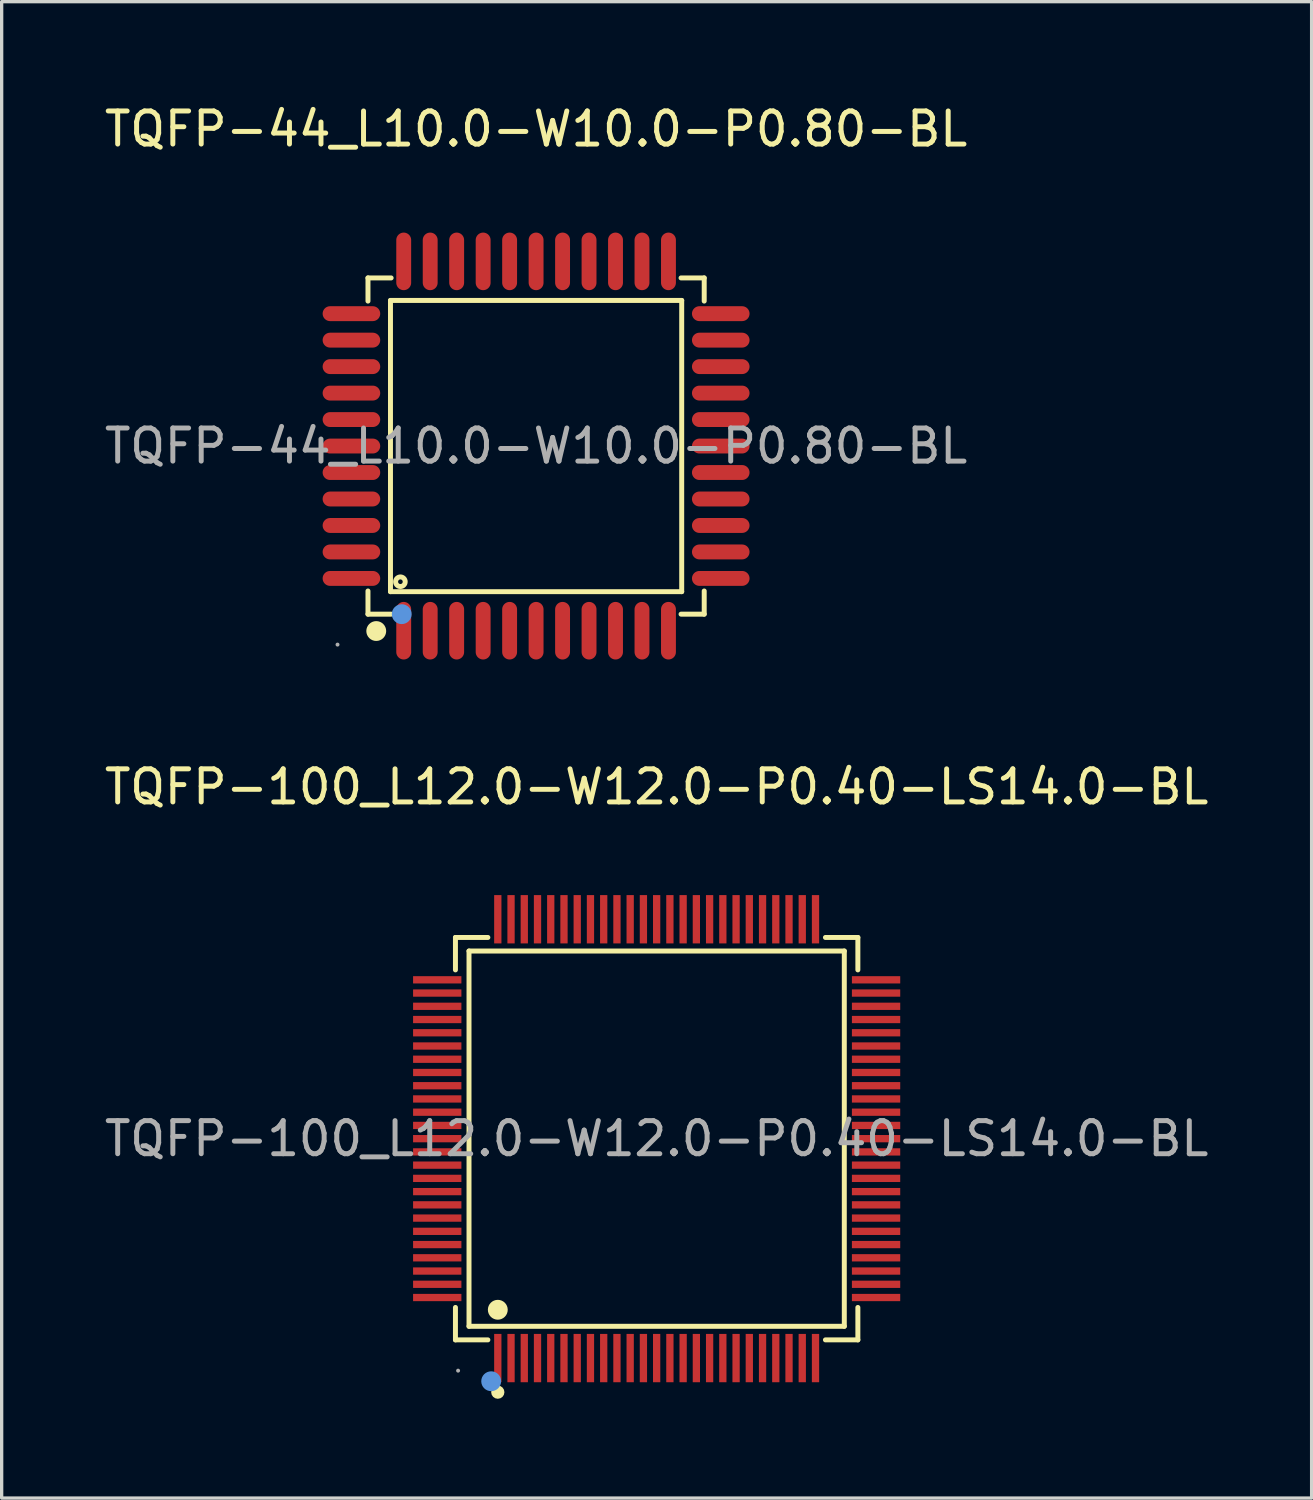
<source format=kicad_pcb>
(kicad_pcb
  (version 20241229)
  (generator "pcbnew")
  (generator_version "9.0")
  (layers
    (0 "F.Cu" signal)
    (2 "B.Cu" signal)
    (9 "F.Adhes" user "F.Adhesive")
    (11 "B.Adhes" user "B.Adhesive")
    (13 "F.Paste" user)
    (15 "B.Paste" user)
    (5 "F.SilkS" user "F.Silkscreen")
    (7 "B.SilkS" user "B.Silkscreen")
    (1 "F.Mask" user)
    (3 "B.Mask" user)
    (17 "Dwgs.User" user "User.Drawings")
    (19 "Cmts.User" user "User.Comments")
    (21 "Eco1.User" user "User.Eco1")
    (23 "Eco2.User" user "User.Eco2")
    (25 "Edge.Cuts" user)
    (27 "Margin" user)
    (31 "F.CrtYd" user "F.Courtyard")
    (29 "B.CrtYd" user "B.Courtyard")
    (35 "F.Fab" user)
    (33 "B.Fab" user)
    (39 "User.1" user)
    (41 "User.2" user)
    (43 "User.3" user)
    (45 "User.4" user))
  (footprint "TQFP-100_L12.0-W12.0-P0.40-LS14.0-BL"
    (layer "F.Cu")
    (at 16.792 31.357)
    (property "Reference" "TQFP-100_L12.0-W12.0-P0.40-LS14.0-BL" (at 0 -10.63 0) (layer "F.SilkS") (effects (font (size 1 1) (thickness 0.15))))
    (attr through_hole)
    (fp_line (start -6.08 -6.08) (end -5.1 -6.08) (stroke (width 0.15) (type solid)) (layer "F.SilkS"))
    (fp_line (start -6.08 -5.1) (end -6.08 -6.08) (stroke (width 0.15) (type solid)) (layer "F.SilkS"))
    (fp_line (start -6.08 5.1) (end -6.08 6.08) (stroke (width 0.15) (type solid)) (layer "F.SilkS"))
    (fp_line (start -6.08 6.08) (end -5.1 6.08) (stroke (width 0.15) (type solid)) (layer "F.SilkS"))
    (fp_line (start -5.67 -5.67) (end 5.67 -5.67) (stroke (width 0.15) (type solid)) (layer "F.SilkS"))
    (fp_line (start -5.67 5.67) (end -5.67 -5.67) (stroke (width 0.15) (type solid)) (layer "F.SilkS"))
    (fp_line (start 5.67 -5.67) (end 5.67 5.67) (stroke (width 0.15) (type solid)) (layer "F.SilkS"))
    (fp_line (start 5.67 5.67) (end -5.67 5.67) (stroke (width 0.15) (type solid)) (layer "F.SilkS"))
    (fp_line (start 6.08 -6.08) (end 5.1 -6.08) (stroke (width 0.15) (type solid)) (layer "F.SilkS"))
    (fp_line (start 6.08 -5.1) (end 6.08 -6.08) (stroke (width 0.15) (type solid)) (layer "F.SilkS"))
    (fp_line (start 6.08 5.1) (end 6.08 6.08) (stroke (width 0.15) (type solid)) (layer "F.SilkS"))
    (fp_line (start 6.08 6.08) (end 5.1 6.08) (stroke (width 0.15) (type solid)) (layer "F.SilkS"))
    (fp_circle (center -4.8 5.17) (end -4.65 5.17) (stroke (width 0.3) (type solid)) (fill no) (layer "F.SilkS"))
    (fp_circle (center -4.8 7.66) (end -4.7 7.66) (stroke (width 0.2) (type solid)) (fill no) (layer "F.SilkS"))
    (fp_circle (center -5 7.33) (end -4.85 7.33) (stroke (width 0.3) (type solid)) (fill no) (layer "Cmts.User"))
    (fp_circle (center -6 7.01) (end -5.97 7.01) (stroke (width 0.06) (type solid)) (fill no) (layer "F.Fab"))
    (fp_text user "${REFERENCE}" (at 0 0 0) (layer "F.Fab") (effects (font (size 1 1) (thickness 0.15))))
    (pad "1" smd rect (at -4.8 6.63) (size 0.22 1.46) (layers "F.Cu" "F.Mask" "F.Paste"))
    (pad "2" smd rect (at -4.4 6.63) (size 0.22 1.46) (layers "F.Cu" "F.Mask" "F.Paste"))
    (pad "3" smd rect (at -4 6.63) (size 0.22 1.46) (layers "F.Cu" "F.Mask" "F.Paste"))
    (pad "4" smd rect (at -3.6 6.63) (size 0.22 1.46) (layers "F.Cu" "F.Mask" "F.Paste"))
    (pad "5" smd rect (at -3.2 6.63) (size 0.22 1.46) (layers "F.Cu" "F.Mask" "F.Paste"))
    (pad "6" smd rect (at -2.8 6.63) (size 0.22 1.46) (layers "F.Cu" "F.Mask" "F.Paste"))
    (pad "7" smd rect (at -2.4 6.63) (size 0.22 1.46) (layers "F.Cu" "F.Mask" "F.Paste"))
    (pad "8" smd rect (at -2 6.63) (size 0.22 1.46) (layers "F.Cu" "F.Mask" "F.Paste"))
    (pad "9" smd rect (at -1.6 6.63) (size 0.22 1.46) (layers "F.Cu" "F.Mask" "F.Paste"))
    (pad "10" smd rect (at -1.2 6.63) (size 0.22 1.46) (layers "F.Cu" "F.Mask" "F.Paste"))
    (pad "11" smd rect (at -0.8 6.63) (size 0.22 1.46) (layers "F.Cu" "F.Mask" "F.Paste"))
    (pad "12" smd rect (at -0.4 6.63) (size 0.22 1.46) (layers "F.Cu" "F.Mask" "F.Paste"))
    (pad "13" smd rect (at 0 6.63) (size 0.22 1.46) (layers "F.Cu" "F.Mask" "F.Paste"))
    (pad "14" smd rect (at 0.4 6.63) (size 0.22 1.46) (layers "F.Cu" "F.Mask" "F.Paste"))
    (pad "15" smd rect (at 0.8 6.63) (size 0.22 1.46) (layers "F.Cu" "F.Mask" "F.Paste"))
    (pad "16" smd rect (at 1.2 6.63) (size 0.22 1.46) (layers "F.Cu" "F.Mask" "F.Paste"))
    (pad "17" smd rect (at 1.6 6.63) (size 0.22 1.46) (layers "F.Cu" "F.Mask" "F.Paste"))
    (pad "18" smd rect (at 2 6.63) (size 0.22 1.46) (layers "F.Cu" "F.Mask" "F.Paste"))
    (pad "19" smd rect (at 2.4 6.63) (size 0.22 1.46) (layers "F.Cu" "F.Mask" "F.Paste"))
    (pad "20" smd rect (at 2.8 6.63) (size 0.22 1.46) (layers "F.Cu" "F.Mask" "F.Paste"))
    (pad "21" smd rect (at 3.2 6.63) (size 0.22 1.46) (layers "F.Cu" "F.Mask" "F.Paste"))
    (pad "22" smd rect (at 3.6 6.63) (size 0.22 1.46) (layers "F.Cu" "F.Mask" "F.Paste"))
    (pad "23" smd rect (at 4 6.63) (size 0.22 1.46) (layers "F.Cu" "F.Mask" "F.Paste"))
    (pad "24" smd rect (at 4.4 6.63) (size 0.22 1.46) (layers "F.Cu" "F.Mask" "F.Paste"))
    (pad "25" smd rect (at 4.8 6.63) (size 0.22 1.46) (layers "F.Cu" "F.Mask" "F.Paste"))
    (pad "26" smd rect (at 6.63 4.8) (size 1.46 0.22) (layers "F.Cu" "F.Mask" "F.Paste"))
    (pad "27" smd rect (at 6.63 4.4) (size 1.46 0.22) (layers "F.Cu" "F.Mask" "F.Paste"))
    (pad "28" smd rect (at 6.63 4) (size 1.46 0.22) (layers "F.Cu" "F.Mask" "F.Paste"))
    (pad "29" smd rect (at 6.63 3.6) (size 1.46 0.22) (layers "F.Cu" "F.Mask" "F.Paste"))
    (pad "30" smd rect (at 6.63 3.2) (size 1.46 0.22) (layers "F.Cu" "F.Mask" "F.Paste"))
    (pad "31" smd rect (at 6.63 2.8) (size 1.46 0.22) (layers "F.Cu" "F.Mask" "F.Paste"))
    (pad "32" smd rect (at 6.63 2.4) (size 1.46 0.22) (layers "F.Cu" "F.Mask" "F.Paste"))
    (pad "33" smd rect (at 6.63 2) (size 1.46 0.22) (layers "F.Cu" "F.Mask" "F.Paste"))
    (pad "34" smd rect (at 6.63 1.6) (size 1.46 0.22) (layers "F.Cu" "F.Mask" "F.Paste"))
    (pad "35" smd rect (at 6.63 1.2) (size 1.46 0.22) (layers "F.Cu" "F.Mask" "F.Paste"))
    (pad "36" smd rect (at 6.63 0.8) (size 1.46 0.22) (layers "F.Cu" "F.Mask" "F.Paste"))
    (pad "37" smd rect (at 6.63 0.4) (size 1.46 0.22) (layers "F.Cu" "F.Mask" "F.Paste"))
    (pad "38" smd rect (at 6.63 0) (size 1.46 0.22) (layers "F.Cu" "F.Mask" "F.Paste"))
    (pad "39" smd rect (at 6.63 -0.4) (size 1.46 0.22) (layers "F.Cu" "F.Mask" "F.Paste"))
    (pad "40" smd rect (at 6.63 -0.8) (size 1.46 0.22) (layers "F.Cu" "F.Mask" "F.Paste"))
    (pad "41" smd rect (at 6.63 -1.2) (size 1.46 0.22) (layers "F.Cu" "F.Mask" "F.Paste"))
    (pad "42" smd rect (at 6.63 -1.6) (size 1.46 0.22) (layers "F.Cu" "F.Mask" "F.Paste"))
    (pad "43" smd rect (at 6.63 -2) (size 1.46 0.22) (layers "F.Cu" "F.Mask" "F.Paste"))
    (pad "44" smd rect (at 6.63 -2.4) (size 1.46 0.22) (layers "F.Cu" "F.Mask" "F.Paste"))
    (pad "45" smd rect (at 6.63 -2.8) (size 1.46 0.22) (layers "F.Cu" "F.Mask" "F.Paste"))
    (pad "46" smd rect (at 6.63 -3.2) (size 1.46 0.22) (layers "F.Cu" "F.Mask" "F.Paste"))
    (pad "47" smd rect (at 6.63 -3.6) (size 1.46 0.22) (layers "F.Cu" "F.Mask" "F.Paste"))
    (pad "48" smd rect (at 6.63 -4) (size 1.46 0.22) (layers "F.Cu" "F.Mask" "F.Paste"))
    (pad "49" smd rect (at 6.63 -4.4) (size 1.46 0.22) (layers "F.Cu" "F.Mask" "F.Paste"))
    (pad "50" smd rect (at 6.63 -4.8) (size 1.46 0.22) (layers "F.Cu" "F.Mask" "F.Paste"))
    (pad "51" smd rect (at 4.8 -6.63) (size 0.22 1.46) (layers "F.Cu" "F.Mask" "F.Paste"))
    (pad "52" smd rect (at 4.4 -6.63) (size 0.22 1.46) (layers "F.Cu" "F.Mask" "F.Paste"))
    (pad "53" smd rect (at 4 -6.63) (size 0.22 1.46) (layers "F.Cu" "F.Mask" "F.Paste"))
    (pad "54" smd rect (at 3.6 -6.63) (size 0.22 1.46) (layers "F.Cu" "F.Mask" "F.Paste"))
    (pad "55" smd rect (at 3.2 -6.63) (size 0.22 1.46) (layers "F.Cu" "F.Mask" "F.Paste"))
    (pad "56" smd rect (at 2.8 -6.63) (size 0.22 1.46) (layers "F.Cu" "F.Mask" "F.Paste"))
    (pad "57" smd rect (at 2.4 -6.63) (size 0.22 1.46) (layers "F.Cu" "F.Mask" "F.Paste"))
    (pad "58" smd rect (at 2 -6.63) (size 0.22 1.46) (layers "F.Cu" "F.Mask" "F.Paste"))
    (pad "59" smd rect (at 1.6 -6.63) (size 0.22 1.46) (layers "F.Cu" "F.Mask" "F.Paste"))
    (pad "60" smd rect (at 1.2 -6.63) (size 0.22 1.46) (layers "F.Cu" "F.Mask" "F.Paste"))
    (pad "61" smd rect (at 0.8 -6.63) (size 0.22 1.46) (layers "F.Cu" "F.Mask" "F.Paste"))
    (pad "62" smd rect (at 0.4 -6.63) (size 0.22 1.46) (layers "F.Cu" "F.Mask" "F.Paste"))
    (pad "63" smd rect (at 0 -6.63) (size 0.22 1.46) (layers "F.Cu" "F.Mask" "F.Paste"))
    (pad "64" smd rect (at -0.4 -6.63) (size 0.22 1.46) (layers "F.Cu" "F.Mask" "F.Paste"))
    (pad "65" smd rect (at -0.8 -6.63) (size 0.22 1.46) (layers "F.Cu" "F.Mask" "F.Paste"))
    (pad "66" smd rect (at -1.2 -6.63) (size 0.22 1.46) (layers "F.Cu" "F.Mask" "F.Paste"))
    (pad "67" smd rect (at -1.6 -6.63) (size 0.22 1.46) (layers "F.Cu" "F.Mask" "F.Paste"))
    (pad "68" smd rect (at -2 -6.63) (size 0.22 1.46) (layers "F.Cu" "F.Mask" "F.Paste"))
    (pad "69" smd rect (at -2.4 -6.63) (size 0.22 1.46) (layers "F.Cu" "F.Mask" "F.Paste"))
    (pad "70" smd rect (at -2.8 -6.63) (size 0.22 1.46) (layers "F.Cu" "F.Mask" "F.Paste"))
    (pad "71" smd rect (at -3.2 -6.63) (size 0.22 1.46) (layers "F.Cu" "F.Mask" "F.Paste"))
    (pad "72" smd rect (at -3.6 -6.63) (size 0.22 1.46) (layers "F.Cu" "F.Mask" "F.Paste"))
    (pad "73" smd rect (at -4 -6.63) (size 0.22 1.46) (layers "F.Cu" "F.Mask" "F.Paste"))
    (pad "74" smd rect (at -4.4 -6.63) (size 0.22 1.46) (layers "F.Cu" "F.Mask" "F.Paste"))
    (pad "75" smd rect (at -4.8 -6.63) (size 0.22 1.46) (layers "F.Cu" "F.Mask" "F.Paste"))
    (pad "76" smd rect (at -6.63 -4.8) (size 1.46 0.22) (layers "F.Cu" "F.Mask" "F.Paste"))
    (pad "77" smd rect (at -6.63 -4.4) (size 1.46 0.22) (layers "F.Cu" "F.Mask" "F.Paste"))
    (pad "78" smd rect (at -6.63 -4) (size 1.46 0.22) (layers "F.Cu" "F.Mask" "F.Paste"))
    (pad "79" smd rect (at -6.63 -3.6) (size 1.46 0.22) (layers "F.Cu" "F.Mask" "F.Paste"))
    (pad "80" smd rect (at -6.63 -3.2) (size 1.46 0.22) (layers "F.Cu" "F.Mask" "F.Paste"))
    (pad "81" smd rect (at -6.63 -2.8) (size 1.46 0.22) (layers "F.Cu" "F.Mask" "F.Paste"))
    (pad "82" smd rect (at -6.63 -2.4) (size 1.46 0.22) (layers "F.Cu" "F.Mask" "F.Paste"))
    (pad "83" smd rect (at -6.63 -2) (size 1.46 0.22) (layers "F.Cu" "F.Mask" "F.Paste"))
    (pad "84" smd rect (at -6.63 -1.6) (size 1.46 0.22) (layers "F.Cu" "F.Mask" "F.Paste"))
    (pad "85" smd rect (at -6.63 -1.2) (size 1.46 0.22) (layers "F.Cu" "F.Mask" "F.Paste"))
    (pad "86" smd rect (at -6.63 -0.8) (size 1.46 0.22) (layers "F.Cu" "F.Mask" "F.Paste"))
    (pad "87" smd rect (at -6.63 -0.4) (size 1.46 0.22) (layers "F.Cu" "F.Mask" "F.Paste"))
    (pad "88" smd rect (at -6.63 0) (size 1.46 0.22) (layers "F.Cu" "F.Mask" "F.Paste"))
    (pad "89" smd rect (at -6.63 0.4) (size 1.46 0.22) (layers "F.Cu" "F.Mask" "F.Paste"))
    (pad "90" smd rect (at -6.63 0.8) (size 1.46 0.22) (layers "F.Cu" "F.Mask" "F.Paste"))
    (pad "91" smd rect (at -6.63 1.2) (size 1.46 0.22) (layers "F.Cu" "F.Mask" "F.Paste"))
    (pad "92" smd rect (at -6.63 1.6) (size 1.46 0.22) (layers "F.Cu" "F.Mask" "F.Paste"))
    (pad "93" smd rect (at -6.63 2) (size 1.46 0.22) (layers "F.Cu" "F.Mask" "F.Paste"))
    (pad "94" smd rect (at -6.63 2.4) (size 1.46 0.22) (layers "F.Cu" "F.Mask" "F.Paste"))
    (pad "95" smd rect (at -6.63 2.8) (size 1.46 0.22) (layers "F.Cu" "F.Mask" "F.Paste"))
    (pad "96" smd rect (at -6.63 3.2) (size 1.46 0.22) (layers "F.Cu" "F.Mask" "F.Paste"))
    (pad "97" smd rect (at -6.63 3.6) (size 1.46 0.22) (layers "F.Cu" "F.Mask" "F.Paste"))
    (pad "98" smd rect (at -6.63 4) (size 1.46 0.22) (layers "F.Cu" "F.Mask" "F.Paste"))
    (pad "99" smd rect (at -6.63 4.4) (size 1.46 0.22) (layers "F.Cu" "F.Mask" "F.Paste"))
    (pad "100" smd rect (at -6.63 4.8) (size 1.46 0.22) (layers "F.Cu" "F.Mask" "F.Paste")))
  (footprint "TQFP-44_L10.0-W10.0-P0.80-BL"
    (layer "F.Cu")
    (at 13.149 10.428)
    (property "Reference" "TQFP-44_L10.0-W10.0-P0.80-BL" (at 0 -9.58 0) (layer "F.SilkS") (effects (font (size 1 1) (thickness 0.15))))
    (attr through_hole)
    (fp_line (start -5.08 -5.08) (end -5.08 -4.38) (stroke (width 0.15) (type solid)) (layer "F.SilkS"))
    (fp_line (start -5.08 5.08) (end -5.08 4.38) (stroke (width 0.15) (type solid)) (layer "F.SilkS"))
    (fp_line (start -4.4 -4.4) (end 4.4 -4.4) (stroke (width 0.15) (type solid)) (layer "F.SilkS"))
    (fp_line (start -4.4 4.4) (end -4.4 -4.4) (stroke (width 0.15) (type solid)) (layer "F.SilkS"))
    (fp_line (start -4.38 -5.08) (end -5.08 -5.08) (stroke (width 0.15) (type solid)) (layer "F.SilkS"))
    (fp_line (start -4.38 5.08) (end -5.08 5.08) (stroke (width 0.15) (type solid)) (layer "F.SilkS"))
    (fp_line (start 4.38 -5.08) (end 5.08 -5.08) (stroke (width 0.15) (type solid)) (layer "F.SilkS"))
    (fp_line (start 4.38 5.08) (end 5.08 5.08) (stroke (width 0.15) (type solid)) (layer "F.SilkS"))
    (fp_line (start 4.4 -4.4) (end 4.4 4.4) (stroke (width 0.15) (type solid)) (layer "F.SilkS"))
    (fp_line (start 4.4 4.4) (end -4.4 4.4) (stroke (width 0.15) (type solid)) (layer "F.SilkS"))
    (fp_line (start 5.08 -5.08) (end 5.08 -4.38) (stroke (width 0.15) (type solid)) (layer "F.SilkS"))
    (fp_line (start 5.08 5.08) (end 5.08 4.38) (stroke (width 0.15) (type solid)) (layer "F.SilkS"))
    (fp_circle (center -4.83 5.59) (end -4.68 5.59) (stroke (width 0.3) (type solid)) (fill no) (layer "F.SilkS"))
    (fp_circle (center -4.1 4.1) (end -4.03 4.1) (stroke (width 0.15) (type solid)) (fill no) (layer "F.SilkS"))
    (fp_circle (center -4.06 5.08) (end -3.91 5.08) (stroke (width 0.3) (type solid)) (fill no) (layer "Cmts.User"))
    (fp_circle (center -6 6) (end -5.97 6) (stroke (width 0.06) (type solid)) (fill no) (layer "F.Fab"))
    (fp_text user "${REFERENCE}" (at 0 0 0) (layer "F.Fab") (effects (font (size 1 1) (thickness 0.15))))
    (pad "1" smd oval (at -4 5.58) (size 0.45 1.74) (layers "F.Cu" "F.Mask" "F.Paste"))
    (pad "2" smd oval (at -3.2 5.58) (size 0.45 1.74) (layers "F.Cu" "F.Mask" "F.Paste"))
    (pad "3" smd oval (at -2.4 5.58) (size 0.45 1.74) (layers "F.Cu" "F.Mask" "F.Paste"))
    (pad "4" smd oval (at -1.6 5.58) (size 0.45 1.74) (layers "F.Cu" "F.Mask" "F.Paste"))
    (pad "5" smd oval (at -0.8 5.58) (size 0.45 1.74) (layers "F.Cu" "F.Mask" "F.Paste"))
    (pad "6" smd oval (at 0 5.58) (size 0.45 1.74) (layers "F.Cu" "F.Mask" "F.Paste"))
    (pad "7" smd oval (at 0.8 5.58) (size 0.45 1.74) (layers "F.Cu" "F.Mask" "F.Paste"))
    (pad "8" smd oval (at 1.6 5.58) (size 0.45 1.74) (layers "F.Cu" "F.Mask" "F.Paste"))
    (pad "9" smd oval (at 2.4 5.58) (size 0.45 1.74) (layers "F.Cu" "F.Mask" "F.Paste"))
    (pad "10" smd oval (at 3.2 5.58) (size 0.45 1.74) (layers "F.Cu" "F.Mask" "F.Paste"))
    (pad "11" smd oval (at 4 5.58) (size 0.45 1.74) (layers "F.Cu" "F.Mask" "F.Paste"))
    (pad "12" smd oval (at 5.58 4) (size 1.74 0.45) (layers "F.Cu" "F.Mask" "F.Paste"))
    (pad "13" smd oval (at 5.58 3.2) (size 1.74 0.45) (layers "F.Cu" "F.Mask" "F.Paste"))
    (pad "14" smd oval (at 5.58 2.4) (size 1.74 0.45) (layers "F.Cu" "F.Mask" "F.Paste"))
    (pad "15" smd oval (at 5.58 1.6) (size 1.74 0.45) (layers "F.Cu" "F.Mask" "F.Paste"))
    (pad "16" smd oval (at 5.58 0.8) (size 1.74 0.45) (layers "F.Cu" "F.Mask" "F.Paste"))
    (pad "17" smd oval (at 5.58 0) (size 1.74 0.45) (layers "F.Cu" "F.Mask" "F.Paste"))
    (pad "18" smd oval (at 5.58 -0.8) (size 1.74 0.45) (layers "F.Cu" "F.Mask" "F.Paste"))
    (pad "19" smd oval (at 5.58 -1.6) (size 1.74 0.45) (layers "F.Cu" "F.Mask" "F.Paste"))
    (pad "20" smd oval (at 5.58 -2.4) (size 1.74 0.45) (layers "F.Cu" "F.Mask" "F.Paste"))
    (pad "21" smd oval (at 5.58 -3.2) (size 1.74 0.45) (layers "F.Cu" "F.Mask" "F.Paste"))
    (pad "22" smd oval (at 5.58 -4) (size 1.74 0.45) (layers "F.Cu" "F.Mask" "F.Paste"))
    (pad "23" smd oval (at 4 -5.58) (size 0.45 1.74) (layers "F.Cu" "F.Mask" "F.Paste"))
    (pad "24" smd oval (at 3.2 -5.58) (size 0.45 1.74) (layers "F.Cu" "F.Mask" "F.Paste"))
    (pad "25" smd oval (at 2.4 -5.58) (size 0.45 1.74) (layers "F.Cu" "F.Mask" "F.Paste"))
    (pad "26" smd oval (at 1.6 -5.58) (size 0.45 1.74) (layers "F.Cu" "F.Mask" "F.Paste"))
    (pad "27" smd oval (at 0.8 -5.58) (size 0.45 1.74) (layers "F.Cu" "F.Mask" "F.Paste"))
    (pad "28" smd oval (at 0 -5.58) (size 0.45 1.74) (layers "F.Cu" "F.Mask" "F.Paste"))
    (pad "29" smd oval (at -0.8 -5.58) (size 0.45 1.74) (layers "F.Cu" "F.Mask" "F.Paste"))
    (pad "30" smd oval (at -1.6 -5.58) (size 0.45 1.74) (layers "F.Cu" "F.Mask" "F.Paste"))
    (pad "31" smd oval (at -2.4 -5.58) (size 0.45 1.74) (layers "F.Cu" "F.Mask" "F.Paste"))
    (pad "32" smd oval (at -3.2 -5.58) (size 0.45 1.74) (layers "F.Cu" "F.Mask" "F.Paste"))
    (pad "33" smd oval (at -4 -5.58) (size 0.45 1.74) (layers "F.Cu" "F.Mask" "F.Paste"))
    (pad "34" smd oval (at -5.58 -4) (size 1.74 0.45) (layers "F.Cu" "F.Mask" "F.Paste"))
    (pad "35" smd oval (at -5.58 -3.2) (size 1.74 0.45) (layers "F.Cu" "F.Mask" "F.Paste"))
    (pad "36" smd oval (at -5.58 -2.4) (size 1.74 0.45) (layers "F.Cu" "F.Mask" "F.Paste"))
    (pad "37" smd oval (at -5.58 -1.6) (size 1.74 0.45) (layers "F.Cu" "F.Mask" "F.Paste"))
    (pad "38" smd oval (at -5.58 -0.8) (size 1.74 0.45) (layers "F.Cu" "F.Mask" "F.Paste"))
    (pad "39" smd oval (at -5.58 0) (size 1.74 0.45) (layers "F.Cu" "F.Mask" "F.Paste"))
    (pad "40" smd oval (at -5.58 0.8) (size 1.74 0.45) (layers "F.Cu" "F.Mask" "F.Paste"))
    (pad "41" smd oval (at -5.58 1.6) (size 1.74 0.45) (layers "F.Cu" "F.Mask" "F.Paste"))
    (pad "42" smd oval (at -5.58 2.4) (size 1.74 0.45) (layers "F.Cu" "F.Mask" "F.Paste"))
    (pad "43" smd oval (at -5.58 3.2) (size 1.74 0.45) (layers "F.Cu" "F.Mask" "F.Paste"))
    (pad "44" smd oval (at -5.58 4) (size 1.74 0.45) (layers "F.Cu" "F.Mask" "F.Paste")))
  (gr_rect
    (start -3 -3)
    (end 36.583 42.217)
    (stroke (width 0.1) (type default))
    (fill no)
    (layer "Edge.Cuts")))
</source>
